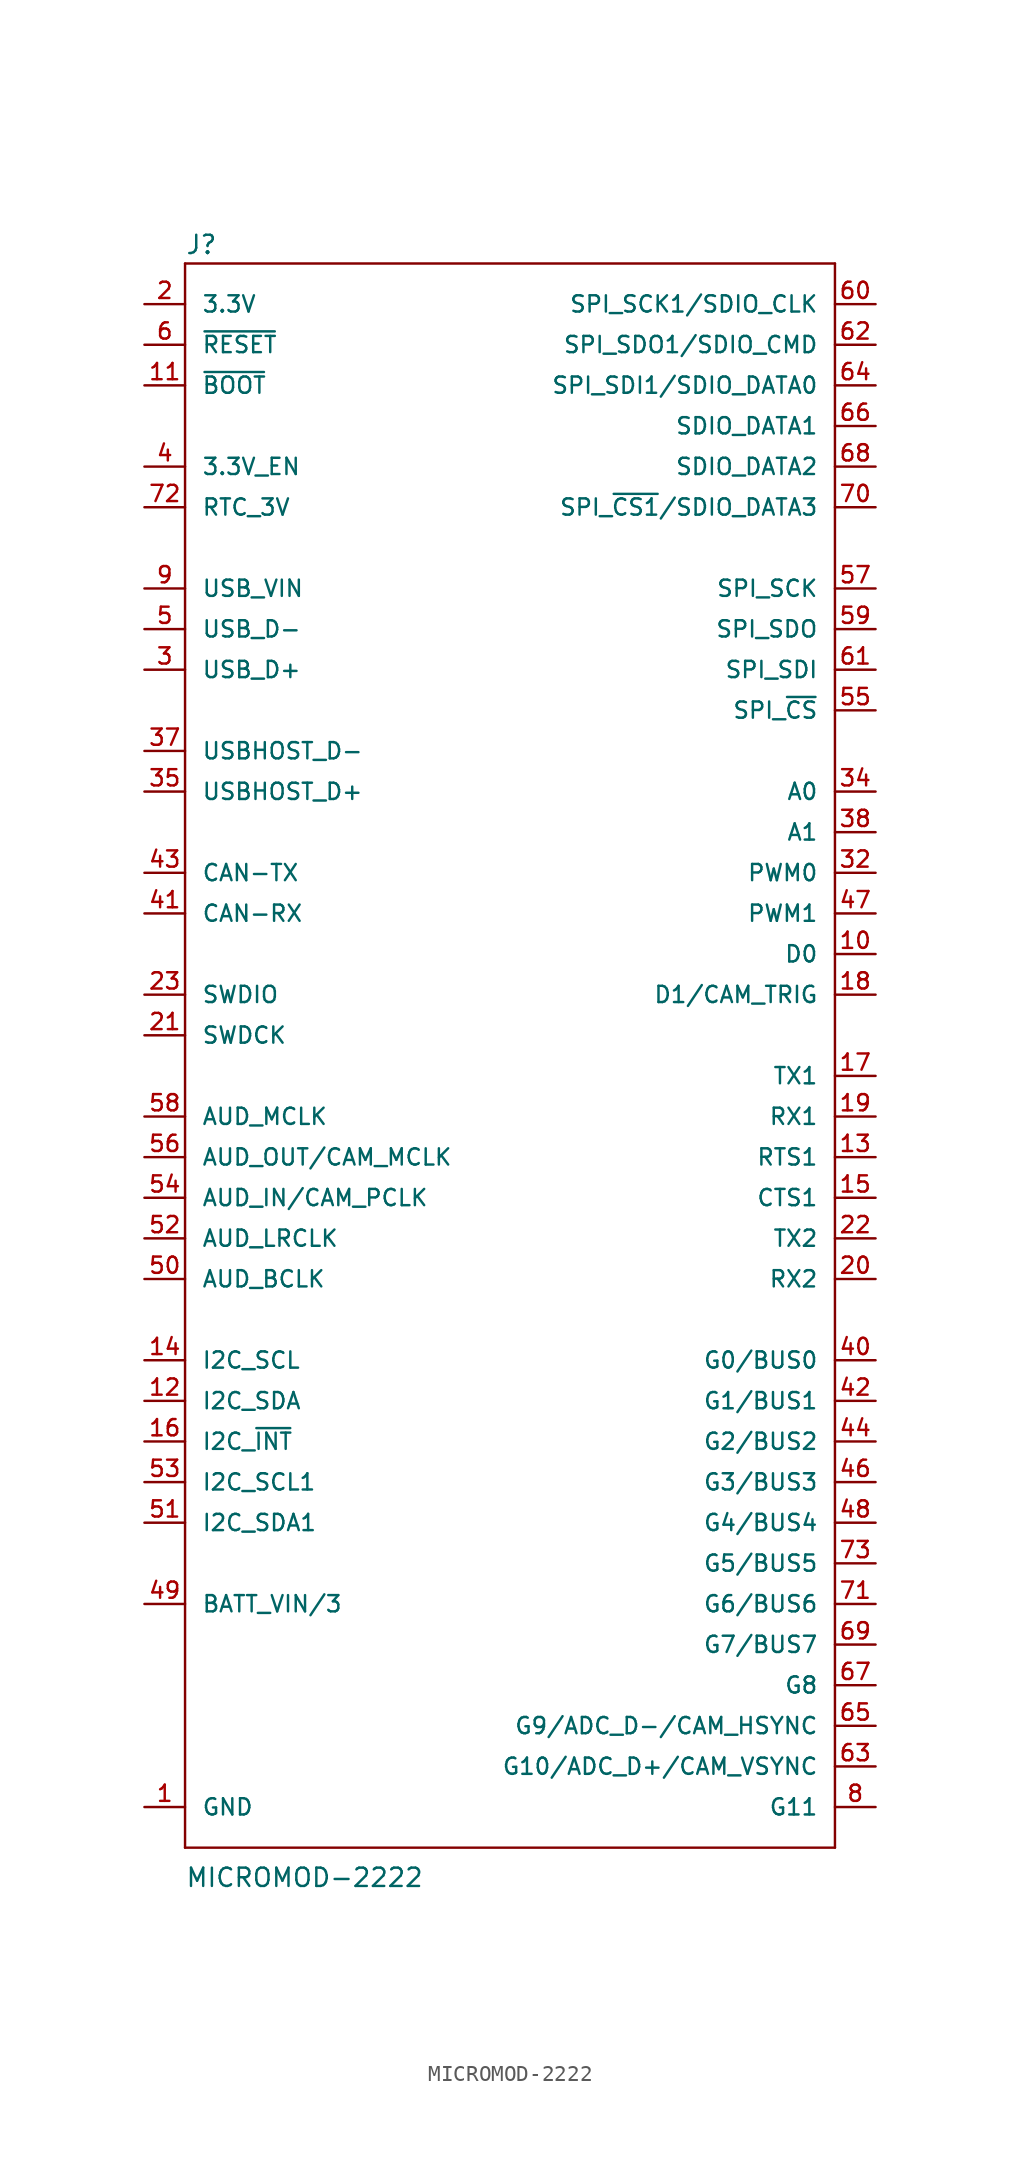
<source format=kicad_sym>
(kicad_symbol_lib
  (version 20211014)
  (generator kicad_symbol_editor)
  (symbol "MICROMOD-2222"
    (pin_names
      (offset 1.016))
    (property "Reference" "J"
      (at -20.32 53.848 0)
      (effects (font (size 1.143 1.143)) (justify left bottom)))
    (property "Value" "MICROMOD-2222"
      (at -20.32 -48.26 0)
      (effects (font (size 1.143 1.143)) (justify left bottom)))
    (property "ki_locked" ""
      (at 0 0 0)
      (effects (font (size 1.27 1.27))))
    (symbol "MICROMOD-2222_1_0"
      (polyline (pts (xy -20.32 -45.72) (xy -20.32 53.34)) (stroke (width 0) (type default) (color 0 0 0 0)) (fill (type none)))
      (polyline (pts (xy -20.32 53.34) (xy 20.32 53.34)) (stroke (width 0) (type default) (color 0 0 0 0)) (fill (type none)))
      (polyline (pts (xy 20.32 -45.72) (xy -20.32 -45.72)) (stroke (width 0) (type default) (color 0 0 0 0)) (fill (type none)))
      (polyline (pts (xy 20.32 53.34) (xy 20.32 -45.72)) (stroke (width 0) (type default) (color 0 0 0 0)) (fill (type none))))
    (symbol "MICROMOD-2222_1_1"
      (pin bidirectional line (at -22.86 -43.18 0) (length 2.54) (name "GND" (effects (font (size 1.016 1.016)))) (number "1" (effects (font (size 1.016 1.016)))))
      (pin bidirectional line (at 22.86 10.16 180) (length 2.54) (name "D0" (effects (font (size 1.016 1.016)))) (number "10" (effects (font (size 1.016 1.016)))))
      (pin bidirectional line (at -22.86 45.72 0) (length 2.54) (name "~{BOOT}" (effects (font (size 1.016 1.016)))) (number "11" (effects (font (size 1.016 1.016)))))
      (pin bidirectional line (at -22.86 -17.78 0) (length 2.54) (name "I2C_SDA" (effects (font (size 1.016 1.016)))) (number "12" (effects (font (size 1.016 1.016)))))
      (pin bidirectional line (at 22.86 -2.54 180) (length 2.54) (name "RTS1" (effects (font (size 1.016 1.016)))) (number "13" (effects (font (size 1.016 1.016)))))
      (pin bidirectional line (at -22.86 -15.24 0) (length 2.54) (name "I2C_SCL" (effects (font (size 1.016 1.016)))) (number "14" (effects (font (size 1.016 1.016)))))
      (pin bidirectional line (at 22.86 -5.08 180) (length 2.54) (name "CTS1" (effects (font (size 1.016 1.016)))) (number "15" (effects (font (size 1.016 1.016)))))
      (pin bidirectional line (at -22.86 -20.32 0) (length 2.54) (name "I2C_~{INT}" (effects (font (size 1.016 1.016)))) (number "16" (effects (font (size 1.016 1.016)))))
      (pin bidirectional line (at 22.86 2.54 180) (length 2.54) (name "TX1" (effects (font (size 1.016 1.016)))) (number "17" (effects (font (size 1.016 1.016)))))
      (pin bidirectional line (at 22.86 7.62 180) (length 2.54) (name "D1/CAM_TRIG" (effects (font (size 1.016 1.016)))) (number "18" (effects (font (size 1.016 1.016)))))
      (pin bidirectional line (at 22.86 0 180) (length 2.54) (name "RX1" (effects (font (size 1.016 1.016)))) (number "19" (effects (font (size 1.016 1.016)))))
      (pin bidirectional line (at -22.86 50.8 0) (length 2.54) (name "3.3V" (effects (font (size 1.016 1.016)))) (number "2" (effects (font (size 1.016 1.016)))))
      (pin bidirectional line (at 22.86 -10.16 180) (length 2.54) (name "RX2" (effects (font (size 1.016 1.016)))) (number "20" (effects (font (size 1.016 1.016)))))
      (pin bidirectional line (at -22.86 5.08 0) (length 2.54) (name "SWDCK" (effects (font (size 1.016 1.016)))) (number "21" (effects (font (size 1.016 1.016)))))
      (pin bidirectional line (at 22.86 -7.62 180) (length 2.54) (name "TX2" (effects (font (size 1.016 1.016)))) (number "22" (effects (font (size 1.016 1.016)))))
      (pin bidirectional line (at -22.86 7.62 0) (length 2.54) (name "SWDIO" (effects (font (size 1.016 1.016)))) (number "23" (effects (font (size 1.016 1.016)))))
      (pin bidirectional line (at -22.86 27.94 0) (length 2.54) (name "USB_D+" (effects (font (size 1.016 1.016)))) (number "3" (effects (font (size 1.016 1.016)))))
      (pin bidirectional line (at 22.86 15.24 180) (length 2.54) (name "PWM0" (effects (font (size 1.016 1.016)))) (number "32" (effects (font (size 1.016 1.016)))))
      (pin bidirectional line (at -22.86 -43.18 0) (length 2.54) hide (name "GND" (effects (font (size 1.016 1.016)))) (number "33" (effects (font (size 1.016 1.016)))))
      (pin bidirectional line (at 22.86 20.32 180) (length 2.54) (name "A0" (effects (font (size 1.016 1.016)))) (number "34" (effects (font (size 1.016 1.016)))))
      (pin bidirectional line (at -22.86 20.32 0) (length 2.54) (name "USBHOST_D+" (effects (font (size 1.016 1.016)))) (number "35" (effects (font (size 1.016 1.016)))))
      (pin bidirectional line (at -22.86 -43.18 0) (length 2.54) hide (name "GND" (effects (font (size 1.016 1.016)))) (number "36" (effects (font (size 1.016 1.016)))))
      (pin bidirectional line (at -22.86 22.86 0) (length 2.54) (name "USBHOST_D-" (effects (font (size 1.016 1.016)))) (number "37" (effects (font (size 1.016 1.016)))))
      (pin bidirectional line (at 22.86 17.78 180) (length 2.54) (name "A1" (effects (font (size 1.016 1.016)))) (number "38" (effects (font (size 1.016 1.016)))))
      (pin bidirectional line (at -22.86 -43.18 0) (length 2.54) hide (name "GND" (effects (font (size 1.016 1.016)))) (number "39" (effects (font (size 1.016 1.016)))))
      (pin bidirectional line (at -22.86 40.64 0) (length 2.54) (name "3.3V_EN" (effects (font (size 1.016 1.016)))) (number "4" (effects (font (size 1.016 1.016)))))
      (pin bidirectional line (at 22.86 -15.24 180) (length 2.54) (name "G0/BUS0" (effects (font (size 1.016 1.016)))) (number "40" (effects (font (size 1.016 1.016)))))
      (pin bidirectional line (at -22.86 12.7 0) (length 2.54) (name "CAN-RX" (effects (font (size 1.016 1.016)))) (number "41" (effects (font (size 1.016 1.016)))))
      (pin bidirectional line (at 22.86 -17.78 180) (length 2.54) (name "G1/BUS1" (effects (font (size 1.016 1.016)))) (number "42" (effects (font (size 1.016 1.016)))))
      (pin bidirectional line (at -22.86 15.24 0) (length 2.54) (name "CAN-TX" (effects (font (size 1.016 1.016)))) (number "43" (effects (font (size 1.016 1.016)))))
      (pin bidirectional line (at 22.86 -20.32 180) (length 2.54) (name "G2/BUS2" (effects (font (size 1.016 1.016)))) (number "44" (effects (font (size 1.016 1.016)))))
      (pin bidirectional line (at -22.86 -43.18 0) (length 2.54) hide (name "GND" (effects (font (size 1.016 1.016)))) (number "45" (effects (font (size 1.016 1.016)))))
      (pin bidirectional line (at 22.86 -22.86 180) (length 2.54) (name "G3/BUS3" (effects (font (size 1.016 1.016)))) (number "46" (effects (font (size 1.016 1.016)))))
      (pin bidirectional line (at 22.86 12.7 180) (length 2.54) (name "PWM1" (effects (font (size 1.016 1.016)))) (number "47" (effects (font (size 1.016 1.016)))))
      (pin bidirectional line (at 22.86 -25.4 180) (length 2.54) (name "G4/BUS4" (effects (font (size 1.016 1.016)))) (number "48" (effects (font (size 1.016 1.016)))))
      (pin bidirectional line (at -22.86 -30.48 0) (length 2.54) (name "BATT_VIN/3" (effects (font (size 1.016 1.016)))) (number "49" (effects (font (size 1.016 1.016)))))
      (pin bidirectional line (at -22.86 30.48 0) (length 2.54) (name "USB_D-" (effects (font (size 1.016 1.016)))) (number "5" (effects (font (size 1.016 1.016)))))
      (pin bidirectional line (at -22.86 -10.16 0) (length 2.54) (name "AUD_BCLK" (effects (font (size 1.016 1.016)))) (number "50" (effects (font (size 1.016 1.016)))))
      (pin bidirectional line (at -22.86 -25.4 0) (length 2.54) (name "I2C_SDA1" (effects (font (size 1.016 1.016)))) (number "51" (effects (font (size 1.016 1.016)))))
      (pin bidirectional line (at -22.86 -7.62 0) (length 2.54) (name "AUD_LRCLK" (effects (font (size 1.016 1.016)))) (number "52" (effects (font (size 1.016 1.016)))))
      (pin bidirectional line (at -22.86 -22.86 0) (length 2.54) (name "I2C_SCL1" (effects (font (size 1.016 1.016)))) (number "53" (effects (font (size 1.016 1.016)))))
      (pin bidirectional line (at -22.86 -5.08 0) (length 2.54) (name "AUD_IN/CAM_PCLK" (effects (font (size 1.016 1.016)))) (number "54" (effects (font (size 1.016 1.016)))))
      (pin bidirectional line (at 22.86 25.4 180) (length 2.54) (name "SPI_~{CS}" (effects (font (size 1.016 1.016)))) (number "55" (effects (font (size 1.016 1.016)))))
      (pin bidirectional line (at -22.86 -2.54 0) (length 2.54) (name "AUD_OUT/CAM_MCLK" (effects (font (size 1.016 1.016)))) (number "56" (effects (font (size 1.016 1.016)))))
      (pin bidirectional line (at 22.86 33.02 180) (length 2.54) (name "SPI_SCK" (effects (font (size 1.016 1.016)))) (number "57" (effects (font (size 1.016 1.016)))))
      (pin bidirectional line (at -22.86 0 0) (length 2.54) (name "AUD_MCLK" (effects (font (size 1.016 1.016)))) (number "58" (effects (font (size 1.016 1.016)))))
      (pin bidirectional line (at 22.86 30.48 180) (length 2.54) (name "SPI_SDO" (effects (font (size 1.016 1.016)))) (number "59" (effects (font (size 1.016 1.016)))))
      (pin bidirectional line (at -22.86 48.26 0) (length 2.54) (name "~{RESET}" (effects (font (size 1.016 1.016)))) (number "6" (effects (font (size 1.016 1.016)))))
      (pin bidirectional line (at 22.86 50.8 180) (length 2.54) (name "SPI_SCK1/SDIO_CLK" (effects (font (size 1.016 1.016)))) (number "60" (effects (font (size 1.016 1.016)))))
      (pin bidirectional line (at 22.86 27.94 180) (length 2.54) (name "SPI_SDI" (effects (font (size 1.016 1.016)))) (number "61" (effects (font (size 1.016 1.016)))))
      (pin bidirectional line (at 22.86 48.26 180) (length 2.54) (name "SPI_SDO1/SDIO_CMD" (effects (font (size 1.016 1.016)))) (number "62" (effects (font (size 1.016 1.016)))))
      (pin bidirectional line (at 22.86 -40.64 180) (length 2.54) (name "G10/ADC_D+/CAM_VSYNC" (effects (font (size 1.016 1.016)))) (number "63" (effects (font (size 1.016 1.016)))))
      (pin bidirectional line (at 22.86 45.72 180) (length 2.54) (name "SPI_SDI1/SDIO_DATA0" (effects (font (size 1.016 1.016)))) (number "64" (effects (font (size 1.016 1.016)))))
      (pin bidirectional line (at 22.86 -38.1 180) (length 2.54) (name "G9/ADC_D-/CAM_HSYNC" (effects (font (size 1.016 1.016)))) (number "65" (effects (font (size 1.016 1.016)))))
      (pin bidirectional line (at 22.86 43.18 180) (length 2.54) (name "SDIO_DATA1" (effects (font (size 1.016 1.016)))) (number "66" (effects (font (size 1.016 1.016)))))
      (pin bidirectional line (at 22.86 -35.56 180) (length 2.54) (name "G8" (effects (font (size 1.016 1.016)))) (number "67" (effects (font (size 1.016 1.016)))))
      (pin bidirectional line (at 22.86 40.64 180) (length 2.54) (name "SDIO_DATA2" (effects (font (size 1.016 1.016)))) (number "68" (effects (font (size 1.016 1.016)))))
      (pin bidirectional line (at 22.86 -33.02 180) (length 2.54) (name "G7/BUS7" (effects (font (size 1.016 1.016)))) (number "69" (effects (font (size 1.016 1.016)))))
      (pin bidirectional line (at -22.86 -43.18 0) (length 2.54) hide (name "GND" (effects (font (size 1.016 1.016)))) (number "7" (effects (font (size 1.016 1.016)))))
      (pin bidirectional line (at 22.86 38.1 180) (length 2.54) (name "SPI_~{CS1}/SDIO_DATA3" (effects (font (size 1.016 1.016)))) (number "70" (effects (font (size 1.016 1.016)))))
      (pin bidirectional line (at 22.86 -30.48 180) (length 2.54) (name "G6/BUS6" (effects (font (size 1.016 1.016)))) (number "71" (effects (font (size 1.016 1.016)))))
      (pin bidirectional line (at -22.86 38.1 0) (length 2.54) (name "RTC_3V" (effects (font (size 1.016 1.016)))) (number "72" (effects (font (size 1.016 1.016)))))
      (pin bidirectional line (at 22.86 -27.94 180) (length 2.54) (name "G5/BUS5" (effects (font (size 1.016 1.016)))) (number "73" (effects (font (size 1.016 1.016)))))
      (pin bidirectional line (at -22.86 50.8 0) (length 2.54) hide (name "3.3V" (effects (font (size 1.016 1.016)))) (number "74" (effects (font (size 1.016 1.016)))))
      (pin bidirectional line (at -22.86 -43.18 0) (length 2.54) hide (name "GND" (effects (font (size 1.016 1.016)))) (number "75" (effects (font (size 1.016 1.016)))))
      (pin bidirectional line (at 22.86 -43.18 180) (length 2.54) (name "G11" (effects (font (size 1.016 1.016)))) (number "8" (effects (font (size 1.016 1.016)))))
      (pin bidirectional line (at -22.86 33.02 0) (length 2.54) (name "USB_VIN" (effects (font (size 1.016 1.016)))) (number "9" (effects (font (size 1.016 1.016)))))
      (pin bidirectional line (at -22.86 -43.18 0) (length 2.54) hide (name "GND" (effects (font (size 1.016 1.016)))) (number "GND1" (effects (font (size 1.016 1.016)))))
      (pin bidirectional line (at -22.86 -43.18 0) (length 2.54) hide (name "GND" (effects (font (size 1.016 1.016)))) (number "GND2" (effects (font (size 1.016 1.016)))))
      (pin bidirectional line (at -22.86 -43.18 0) (length 2.54) hide (name "GND" (effects (font (size 1.016 1.016)))) (number "GND3" (effects (font (size 1.016 1.016))))))))
</source>
